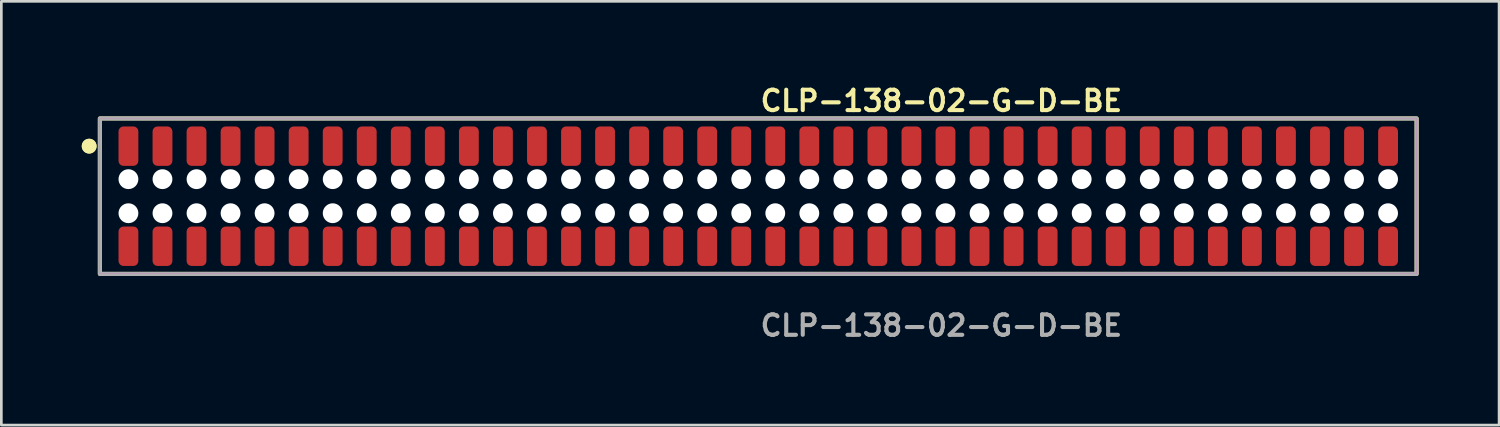
<source format=kicad_pcb>
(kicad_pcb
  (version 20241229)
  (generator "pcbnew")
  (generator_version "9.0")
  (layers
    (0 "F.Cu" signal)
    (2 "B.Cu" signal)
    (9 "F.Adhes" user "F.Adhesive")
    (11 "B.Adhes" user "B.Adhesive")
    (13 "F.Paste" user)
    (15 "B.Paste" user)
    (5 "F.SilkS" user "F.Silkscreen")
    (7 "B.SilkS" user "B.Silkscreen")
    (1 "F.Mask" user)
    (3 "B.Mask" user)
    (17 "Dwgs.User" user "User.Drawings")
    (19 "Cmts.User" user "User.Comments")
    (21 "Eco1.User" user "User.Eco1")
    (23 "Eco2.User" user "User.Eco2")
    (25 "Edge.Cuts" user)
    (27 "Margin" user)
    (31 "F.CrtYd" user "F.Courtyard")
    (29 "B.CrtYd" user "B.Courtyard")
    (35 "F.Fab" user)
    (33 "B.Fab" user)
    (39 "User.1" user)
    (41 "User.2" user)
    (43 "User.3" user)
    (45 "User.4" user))
  (footprint "CLP-138-02-G-D-BE"
    (layer "F.Cu")
    (at 25.236 4.269)
    (property "Reference" "CLP-138-02-G-D-BE" (at 0 -3.556 0) (unlocked yes) (layer "F.SilkS") (effects (font (size 0.762 0.762) (thickness 0.152)) (justify left)))
    (fp_rect (start -24.56 2.9) (end 24.56 -2.9) (stroke (width 0.152) (type solid)) (fill no) (layer "F.SilkS"))
    (fp_circle (center -24.96 -1.867) (end -25.16 -1.867) (stroke (width 0.152) (type solid)) (fill yes) (layer "F.SilkS"))
    (fp_circle (center -24.96 -1.867) (end -25.16 -1.867) (stroke (width 0.152) (type solid)) (fill yes) (layer "F.SilkS"))
    (fp_rect (start -24.56 2.9) (end 24.56 -2.9) (stroke (width 0.006) (type solid)) (fill no) (layer "F.CrtYd"))
    (fp_rect (start -24.56 2.9) (end 24.56 -2.9) (stroke (width 0.152) (type solid)) (fill no) (layer "F.Fab"))
    (fp_text user "${REFERENCE}" (at 0 4.826 0) (unlocked yes) (layer "F.Fab") (effects (font (size 0.762 0.762) (thickness 0.152)) (justify left)))
    (pad "" np_thru_hole circle (at -23.495 -0.635) (size 0.74 0.74) (drill 0.74) (layers "*.Cu" "*.Mask"))
    (pad "" np_thru_hole circle (at -23.495 0.635) (size 0.74 0.74) (drill 0.74) (layers "*.Cu" "*.Mask"))
    (pad "" np_thru_hole circle (at -22.225 -0.635) (size 0.74 0.74) (drill 0.74) (layers "*.Cu" "*.Mask"))
    (pad "" np_thru_hole circle (at -22.225 0.635) (size 0.74 0.74) (drill 0.74) (layers "*.Cu" "*.Mask"))
    (pad "" np_thru_hole circle (at -20.955 -0.635) (size 0.74 0.74) (drill 0.74) (layers "*.Cu" "*.Mask"))
    (pad "" np_thru_hole circle (at -20.955 0.635) (size 0.74 0.74) (drill 0.74) (layers "*.Cu" "*.Mask"))
    (pad "" np_thru_hole circle (at -19.685 -0.635) (size 0.74 0.74) (drill 0.74) (layers "*.Cu" "*.Mask"))
    (pad "" np_thru_hole circle (at -19.685 0.635) (size 0.74 0.74) (drill 0.74) (layers "*.Cu" "*.Mask"))
    (pad "" np_thru_hole circle (at -18.415 -0.635) (size 0.74 0.74) (drill 0.74) (layers "*.Cu" "*.Mask"))
    (pad "" np_thru_hole circle (at -18.415 0.635) (size 0.74 0.74) (drill 0.74) (layers "*.Cu" "*.Mask"))
    (pad "" np_thru_hole circle (at -17.145 -0.635) (size 0.74 0.74) (drill 0.74) (layers "*.Cu" "*.Mask"))
    (pad "" np_thru_hole circle (at -17.145 0.635) (size 0.74 0.74) (drill 0.74) (layers "*.Cu" "*.Mask"))
    (pad "" np_thru_hole circle (at -15.875 -0.635) (size 0.74 0.74) (drill 0.74) (layers "*.Cu" "*.Mask"))
    (pad "" np_thru_hole circle (at -15.875 0.635) (size 0.74 0.74) (drill 0.74) (layers "*.Cu" "*.Mask"))
    (pad "" np_thru_hole circle (at -14.605 -0.635) (size 0.74 0.74) (drill 0.74) (layers "*.Cu" "*.Mask"))
    (pad "" np_thru_hole circle (at -14.605 0.635) (size 0.74 0.74) (drill 0.74) (layers "*.Cu" "*.Mask"))
    (pad "" np_thru_hole circle (at -13.335 -0.635) (size 0.74 0.74) (drill 0.74) (layers "*.Cu" "*.Mask"))
    (pad "" np_thru_hole circle (at -13.335 0.635) (size 0.74 0.74) (drill 0.74) (layers "*.Cu" "*.Mask"))
    (pad "" np_thru_hole circle (at -12.065 -0.635) (size 0.74 0.74) (drill 0.74) (layers "*.Cu" "*.Mask"))
    (pad "" np_thru_hole circle (at -12.065 0.635) (size 0.74 0.74) (drill 0.74) (layers "*.Cu" "*.Mask"))
    (pad "" np_thru_hole circle (at -10.795 -0.635) (size 0.74 0.74) (drill 0.74) (layers "*.Cu" "*.Mask"))
    (pad "" np_thru_hole circle (at -10.795 0.635) (size 0.74 0.74) (drill 0.74) (layers "*.Cu" "*.Mask"))
    (pad "" np_thru_hole circle (at -9.525 -0.635) (size 0.74 0.74) (drill 0.74) (layers "*.Cu" "*.Mask"))
    (pad "" np_thru_hole circle (at -9.525 0.635) (size 0.74 0.74) (drill 0.74) (layers "*.Cu" "*.Mask"))
    (pad "" np_thru_hole circle (at -8.255 -0.635) (size 0.74 0.74) (drill 0.74) (layers "*.Cu" "*.Mask"))
    (pad "" np_thru_hole circle (at -8.255 0.635) (size 0.74 0.74) (drill 0.74) (layers "*.Cu" "*.Mask"))
    (pad "" np_thru_hole circle (at -6.985 -0.635) (size 0.74 0.74) (drill 0.74) (layers "*.Cu" "*.Mask"))
    (pad "" np_thru_hole circle (at -6.985 0.635) (size 0.74 0.74) (drill 0.74) (layers "*.Cu" "*.Mask"))
    (pad "" np_thru_hole circle (at -5.715 -0.635) (size 0.74 0.74) (drill 0.74) (layers "*.Cu" "*.Mask"))
    (pad "" np_thru_hole circle (at -5.715 0.635) (size 0.74 0.74) (drill 0.74) (layers "*.Cu" "*.Mask"))
    (pad "" np_thru_hole circle (at -4.445 -0.635) (size 0.74 0.74) (drill 0.74) (layers "*.Cu" "*.Mask"))
    (pad "" np_thru_hole circle (at -4.445 0.635) (size 0.74 0.74) (drill 0.74) (layers "*.Cu" "*.Mask"))
    (pad "" np_thru_hole circle (at -3.175 -0.635) (size 0.74 0.74) (drill 0.74) (layers "*.Cu" "*.Mask"))
    (pad "" np_thru_hole circle (at -3.175 0.635) (size 0.74 0.74) (drill 0.74) (layers "*.Cu" "*.Mask"))
    (pad "" np_thru_hole circle (at -1.905 -0.635) (size 0.74 0.74) (drill 0.74) (layers "*.Cu" "*.Mask"))
    (pad "" np_thru_hole circle (at -1.905 0.635) (size 0.74 0.74) (drill 0.74) (layers "*.Cu" "*.Mask"))
    (pad "" np_thru_hole circle (at -0.635 -0.635) (size 0.74 0.74) (drill 0.74) (layers "*.Cu" "*.Mask"))
    (pad "" np_thru_hole circle (at -0.635 0.635) (size 0.74 0.74) (drill 0.74) (layers "*.Cu" "*.Mask"))
    (pad "" np_thru_hole circle (at 0.635 -0.635) (size 0.74 0.74) (drill 0.74) (layers "*.Cu" "*.Mask"))
    (pad "" np_thru_hole circle (at 0.635 0.635) (size 0.74 0.74) (drill 0.74) (layers "*.Cu" "*.Mask"))
    (pad "" np_thru_hole circle (at 1.905 -0.635) (size 0.74 0.74) (drill 0.74) (layers "*.Cu" "*.Mask"))
    (pad "" np_thru_hole circle (at 1.905 0.635) (size 0.74 0.74) (drill 0.74) (layers "*.Cu" "*.Mask"))
    (pad "" np_thru_hole circle (at 3.175 -0.635) (size 0.74 0.74) (drill 0.74) (layers "*.Cu" "*.Mask"))
    (pad "" np_thru_hole circle (at 3.175 0.635) (size 0.74 0.74) (drill 0.74) (layers "*.Cu" "*.Mask"))
    (pad "" np_thru_hole circle (at 4.445 -0.635) (size 0.74 0.74) (drill 0.74) (layers "*.Cu" "*.Mask"))
    (pad "" np_thru_hole circle (at 4.445 0.635) (size 0.74 0.74) (drill 0.74) (layers "*.Cu" "*.Mask"))
    (pad "" np_thru_hole circle (at 5.715 -0.635) (size 0.74 0.74) (drill 0.74) (layers "*.Cu" "*.Mask"))
    (pad "" np_thru_hole circle (at 5.715 0.635) (size 0.74 0.74) (drill 0.74) (layers "*.Cu" "*.Mask"))
    (pad "" np_thru_hole circle (at 6.985 -0.635) (size 0.74 0.74) (drill 0.74) (layers "*.Cu" "*.Mask"))
    (pad "" np_thru_hole circle (at 6.985 0.635) (size 0.74 0.74) (drill 0.74) (layers "*.Cu" "*.Mask"))
    (pad "" np_thru_hole circle (at 8.255 -0.635) (size 0.74 0.74) (drill 0.74) (layers "*.Cu" "*.Mask"))
    (pad "" np_thru_hole circle (at 8.255 0.635) (size 0.74 0.74) (drill 0.74) (layers "*.Cu" "*.Mask"))
    (pad "" np_thru_hole circle (at 9.525 -0.635) (size 0.74 0.74) (drill 0.74) (layers "*.Cu" "*.Mask"))
    (pad "" np_thru_hole circle (at 9.525 0.635) (size 0.74 0.74) (drill 0.74) (layers "*.Cu" "*.Mask"))
    (pad "" np_thru_hole circle (at 10.795 -0.635) (size 0.74 0.74) (drill 0.74) (layers "*.Cu" "*.Mask"))
    (pad "" np_thru_hole circle (at 10.795 0.635) (size 0.74 0.74) (drill 0.74) (layers "*.Cu" "*.Mask"))
    (pad "" np_thru_hole circle (at 12.065 -0.635) (size 0.74 0.74) (drill 0.74) (layers "*.Cu" "*.Mask"))
    (pad "" np_thru_hole circle (at 12.065 0.635) (size 0.74 0.74) (drill 0.74) (layers "*.Cu" "*.Mask"))
    (pad "" np_thru_hole circle (at 13.335 -0.635) (size 0.74 0.74) (drill 0.74) (layers "*.Cu" "*.Mask"))
    (pad "" np_thru_hole circle (at 13.335 0.635) (size 0.74 0.74) (drill 0.74) (layers "*.Cu" "*.Mask"))
    (pad "" np_thru_hole circle (at 14.605 -0.635) (size 0.74 0.74) (drill 0.74) (layers "*.Cu" "*.Mask"))
    (pad "" np_thru_hole circle (at 14.605 0.635) (size 0.74 0.74) (drill 0.74) (layers "*.Cu" "*.Mask"))
    (pad "" np_thru_hole circle (at 15.875 -0.635) (size 0.74 0.74) (drill 0.74) (layers "*.Cu" "*.Mask"))
    (pad "" np_thru_hole circle (at 15.875 0.635) (size 0.74 0.74) (drill 0.74) (layers "*.Cu" "*.Mask"))
    (pad "" np_thru_hole circle (at 17.145 -0.635) (size 0.74 0.74) (drill 0.74) (layers "*.Cu" "*.Mask"))
    (pad "" np_thru_hole circle (at 17.145 0.635) (size 0.74 0.74) (drill 0.74) (layers "*.Cu" "*.Mask"))
    (pad "" np_thru_hole circle (at 18.415 -0.635) (size 0.74 0.74) (drill 0.74) (layers "*.Cu" "*.Mask"))
    (pad "" np_thru_hole circle (at 18.415 0.635) (size 0.74 0.74) (drill 0.74) (layers "*.Cu" "*.Mask"))
    (pad "" np_thru_hole circle (at 19.685 -0.635) (size 0.74 0.74) (drill 0.74) (layers "*.Cu" "*.Mask"))
    (pad "" np_thru_hole circle (at 19.685 0.635) (size 0.74 0.74) (drill 0.74) (layers "*.Cu" "*.Mask"))
    (pad "" np_thru_hole circle (at 20.955 -0.635) (size 0.74 0.74) (drill 0.74) (layers "*.Cu" "*.Mask"))
    (pad "" np_thru_hole circle (at 20.955 0.635) (size 0.74 0.74) (drill 0.74) (layers "*.Cu" "*.Mask"))
    (pad "" np_thru_hole circle (at 22.225 -0.635) (size 0.74 0.74) (drill 0.74) (layers "*.Cu" "*.Mask"))
    (pad "" np_thru_hole circle (at 22.225 0.635) (size 0.74 0.74) (drill 0.74) (layers "*.Cu" "*.Mask"))
    (pad "" np_thru_hole circle (at 23.495 -0.635) (size 0.74 0.74) (drill 0.74) (layers "*.Cu" "*.Mask"))
    (pad "" np_thru_hole circle (at 23.495 0.635) (size 0.74 0.74) (drill 0.74) (layers "*.Cu" "*.Mask"))
    (pad "1" smd roundrect (at -23.495 -1.867) (size 0.74 1.47) (layers "F.Cu" "F.Paste") (roundrect_rratio 0.25))
    (pad "2" smd roundrect (at -23.495 1.867) (size 0.74 1.47) (layers "F.Cu" "F.Paste") (roundrect_rratio 0.25))
    (pad "3" smd roundrect (at -22.225 -1.867) (size 0.74 1.47) (layers "F.Cu" "F.Paste") (roundrect_rratio 0.25))
    (pad "4" smd roundrect (at -22.225 1.867) (size 0.74 1.47) (layers "F.Cu" "F.Paste") (roundrect_rratio 0.25))
    (pad "5" smd roundrect (at -20.955 -1.867) (size 0.74 1.47) (layers "F.Cu" "F.Paste") (roundrect_rratio 0.25))
    (pad "6" smd roundrect (at -20.955 1.867) (size 0.74 1.47) (layers "F.Cu" "F.Paste") (roundrect_rratio 0.25))
    (pad "7" smd roundrect (at -19.685 -1.867) (size 0.74 1.47) (layers "F.Cu" "F.Paste") (roundrect_rratio 0.25))
    (pad "8" smd roundrect (at -19.685 1.867) (size 0.74 1.47) (layers "F.Cu" "F.Paste") (roundrect_rratio 0.25))
    (pad "9" smd roundrect (at -18.415 -1.867) (size 0.74 1.47) (layers "F.Cu" "F.Paste") (roundrect_rratio 0.25))
    (pad "10" smd roundrect (at -18.415 1.867) (size 0.74 1.47) (layers "F.Cu" "F.Paste") (roundrect_rratio 0.25))
    (pad "11" smd roundrect (at -17.145 -1.867) (size 0.74 1.47) (layers "F.Cu" "F.Paste") (roundrect_rratio 0.25))
    (pad "12" smd roundrect (at -17.145 1.867) (size 0.74 1.47) (layers "F.Cu" "F.Paste") (roundrect_rratio 0.25))
    (pad "13" smd roundrect (at -15.875 -1.867) (size 0.74 1.47) (layers "F.Cu" "F.Paste") (roundrect_rratio 0.25))
    (pad "14" smd roundrect (at -15.875 1.867) (size 0.74 1.47) (layers "F.Cu" "F.Paste") (roundrect_rratio 0.25))
    (pad "15" smd roundrect (at -14.605 -1.867) (size 0.74 1.47) (layers "F.Cu" "F.Paste") (roundrect_rratio 0.25))
    (pad "16" smd roundrect (at -14.605 1.867) (size 0.74 1.47) (layers "F.Cu" "F.Paste") (roundrect_rratio 0.25))
    (pad "17" smd roundrect (at -13.335 -1.867) (size 0.74 1.47) (layers "F.Cu" "F.Paste") (roundrect_rratio 0.25))
    (pad "18" smd roundrect (at -13.335 1.867) (size 0.74 1.47) (layers "F.Cu" "F.Paste") (roundrect_rratio 0.25))
    (pad "19" smd roundrect (at -12.065 -1.867) (size 0.74 1.47) (layers "F.Cu" "F.Paste") (roundrect_rratio 0.25))
    (pad "20" smd roundrect (at -12.065 1.867) (size 0.74 1.47) (layers "F.Cu" "F.Paste") (roundrect_rratio 0.25))
    (pad "21" smd roundrect (at -10.795 -1.867) (size 0.74 1.47) (layers "F.Cu" "F.Paste") (roundrect_rratio 0.25))
    (pad "22" smd roundrect (at -10.795 1.867) (size 0.74 1.47) (layers "F.Cu" "F.Paste") (roundrect_rratio 0.25))
    (pad "23" smd roundrect (at -9.525 -1.867) (size 0.74 1.47) (layers "F.Cu" "F.Paste") (roundrect_rratio 0.25))
    (pad "24" smd roundrect (at -9.525 1.867) (size 0.74 1.47) (layers "F.Cu" "F.Paste") (roundrect_rratio 0.25))
    (pad "25" smd roundrect (at -8.255 -1.867) (size 0.74 1.47) (layers "F.Cu" "F.Paste") (roundrect_rratio 0.25))
    (pad "26" smd roundrect (at -8.255 1.867) (size 0.74 1.47) (layers "F.Cu" "F.Paste") (roundrect_rratio 0.25))
    (pad "27" smd roundrect (at -6.985 -1.867) (size 0.74 1.47) (layers "F.Cu" "F.Paste") (roundrect_rratio 0.25))
    (pad "28" smd roundrect (at -6.985 1.867) (size 0.74 1.47) (layers "F.Cu" "F.Paste") (roundrect_rratio 0.25))
    (pad "29" smd roundrect (at -5.715 -1.867) (size 0.74 1.47) (layers "F.Cu" "F.Paste") (roundrect_rratio 0.25))
    (pad "30" smd roundrect (at -5.715 1.867) (size 0.74 1.47) (layers "F.Cu" "F.Paste") (roundrect_rratio 0.25))
    (pad "31" smd roundrect (at -4.445 -1.867) (size 0.74 1.47) (layers "F.Cu" "F.Paste") (roundrect_rratio 0.25))
    (pad "32" smd roundrect (at -4.445 1.867) (size 0.74 1.47) (layers "F.Cu" "F.Paste") (roundrect_rratio 0.25))
    (pad "33" smd roundrect (at -3.175 -1.867) (size 0.74 1.47) (layers "F.Cu" "F.Paste") (roundrect_rratio 0.25))
    (pad "34" smd roundrect (at -3.175 1.867) (size 0.74 1.47) (layers "F.Cu" "F.Paste") (roundrect_rratio 0.25))
    (pad "35" smd roundrect (at -1.905 -1.867) (size 0.74 1.47) (layers "F.Cu" "F.Paste") (roundrect_rratio 0.25))
    (pad "36" smd roundrect (at -1.905 1.867) (size 0.74 1.47) (layers "F.Cu" "F.Paste") (roundrect_rratio 0.25))
    (pad "37" smd roundrect (at -0.635 -1.867) (size 0.74 1.47) (layers "F.Cu" "F.Paste") (roundrect_rratio 0.25))
    (pad "38" smd roundrect (at -0.635 1.867) (size 0.74 1.47) (layers "F.Cu" "F.Paste") (roundrect_rratio 0.25))
    (pad "39" smd roundrect (at 0.635 -1.867) (size 0.74 1.47) (layers "F.Cu" "F.Paste") (roundrect_rratio 0.25))
    (pad "40" smd roundrect (at 0.635 1.867) (size 0.74 1.47) (layers "F.Cu" "F.Paste") (roundrect_rratio 0.25))
    (pad "41" smd roundrect (at 1.905 -1.867) (size 0.74 1.47) (layers "F.Cu" "F.Paste") (roundrect_rratio 0.25))
    (pad "42" smd roundrect (at 1.905 1.867) (size 0.74 1.47) (layers "F.Cu" "F.Paste") (roundrect_rratio 0.25))
    (pad "43" smd roundrect (at 3.175 -1.867) (size 0.74 1.47) (layers "F.Cu" "F.Paste") (roundrect_rratio 0.25))
    (pad "44" smd roundrect (at 3.175 1.867) (size 0.74 1.47) (layers "F.Cu" "F.Paste") (roundrect_rratio 0.25))
    (pad "45" smd roundrect (at 4.445 -1.867) (size 0.74 1.47) (layers "F.Cu" "F.Paste") (roundrect_rratio 0.25))
    (pad "46" smd roundrect (at 4.445 1.867) (size 0.74 1.47) (layers "F.Cu" "F.Paste") (roundrect_rratio 0.25))
    (pad "47" smd roundrect (at 5.715 -1.867) (size 0.74 1.47) (layers "F.Cu" "F.Paste") (roundrect_rratio 0.25))
    (pad "48" smd roundrect (at 5.715 1.867) (size 0.74 1.47) (layers "F.Cu" "F.Paste") (roundrect_rratio 0.25))
    (pad "49" smd roundrect (at 6.985 -1.867) (size 0.74 1.47) (layers "F.Cu" "F.Paste") (roundrect_rratio 0.25))
    (pad "50" smd roundrect (at 6.985 1.867) (size 0.74 1.47) (layers "F.Cu" "F.Paste") (roundrect_rratio 0.25))
    (pad "51" smd roundrect (at 8.255 -1.867) (size 0.74 1.47) (layers "F.Cu" "F.Paste") (roundrect_rratio 0.25))
    (pad "52" smd roundrect (at 8.255 1.867) (size 0.74 1.47) (layers "F.Cu" "F.Paste") (roundrect_rratio 0.25))
    (pad "53" smd roundrect (at 9.525 -1.867) (size 0.74 1.47) (layers "F.Cu" "F.Paste") (roundrect_rratio 0.25))
    (pad "54" smd roundrect (at 9.525 1.867) (size 0.74 1.47) (layers "F.Cu" "F.Paste") (roundrect_rratio 0.25))
    (pad "55" smd roundrect (at 10.795 -1.867) (size 0.74 1.47) (layers "F.Cu" "F.Paste") (roundrect_rratio 0.25))
    (pad "56" smd roundrect (at 10.795 1.867) (size 0.74 1.47) (layers "F.Cu" "F.Paste") (roundrect_rratio 0.25))
    (pad "57" smd roundrect (at 12.065 -1.867) (size 0.74 1.47) (layers "F.Cu" "F.Paste") (roundrect_rratio 0.25))
    (pad "58" smd roundrect (at 12.065 1.867) (size 0.74 1.47) (layers "F.Cu" "F.Paste") (roundrect_rratio 0.25))
    (pad "59" smd roundrect (at 13.335 -1.867) (size 0.74 1.47) (layers "F.Cu" "F.Paste") (roundrect_rratio 0.25))
    (pad "60" smd roundrect (at 13.335 1.867) (size 0.74 1.47) (layers "F.Cu" "F.Paste") (roundrect_rratio 0.25))
    (pad "61" smd roundrect (at 14.605 -1.867) (size 0.74 1.47) (layers "F.Cu" "F.Paste") (roundrect_rratio 0.25))
    (pad "62" smd roundrect (at 14.605 1.867) (size 0.74 1.47) (layers "F.Cu" "F.Paste") (roundrect_rratio 0.25))
    (pad "63" smd roundrect (at 15.875 -1.867) (size 0.74 1.47) (layers "F.Cu" "F.Paste") (roundrect_rratio 0.25))
    (pad "64" smd roundrect (at 15.875 1.867) (size 0.74 1.47) (layers "F.Cu" "F.Paste") (roundrect_rratio 0.25))
    (pad "65" smd roundrect (at 17.145 -1.867) (size 0.74 1.47) (layers "F.Cu" "F.Paste") (roundrect_rratio 0.25))
    (pad "66" smd roundrect (at 17.145 1.867) (size 0.74 1.47) (layers "F.Cu" "F.Paste") (roundrect_rratio 0.25))
    (pad "67" smd roundrect (at 18.415 -1.867) (size 0.74 1.47) (layers "F.Cu" "F.Paste") (roundrect_rratio 0.25))
    (pad "68" smd roundrect (at 18.415 1.867) (size 0.74 1.47) (layers "F.Cu" "F.Paste") (roundrect_rratio 0.25))
    (pad "69" smd roundrect (at 19.685 -1.867) (size 0.74 1.47) (layers "F.Cu" "F.Paste") (roundrect_rratio 0.25))
    (pad "70" smd roundrect (at 19.685 1.867) (size 0.74 1.47) (layers "F.Cu" "F.Paste") (roundrect_rratio 0.25))
    (pad "71" smd roundrect (at 20.955 -1.867) (size 0.74 1.47) (layers "F.Cu" "F.Paste") (roundrect_rratio 0.25))
    (pad "72" smd roundrect (at 20.955 1.867) (size 0.74 1.47) (layers "F.Cu" "F.Paste") (roundrect_rratio 0.25))
    (pad "73" smd roundrect (at 22.225 -1.867) (size 0.74 1.47) (layers "F.Cu" "F.Paste") (roundrect_rratio 0.25))
    (pad "74" smd roundrect (at 22.225 1.867) (size 0.74 1.47) (layers "F.Cu" "F.Paste") (roundrect_rratio 0.25))
    (pad "75" smd roundrect (at 23.495 -1.867) (size 0.74 1.47) (layers "F.Cu" "F.Paste") (roundrect_rratio 0.25))
    (pad "76" smd roundrect (at 23.495 1.867) (size 0.74 1.47) (layers "F.Cu" "F.Paste") (roundrect_rratio 0.25)))
  (gr_rect
    (start -3 -3)
    (end 52.872 12.808)
    (stroke (width 0.1) (type default))
    (fill no)
    (layer "Edge.Cuts")))
</source>
